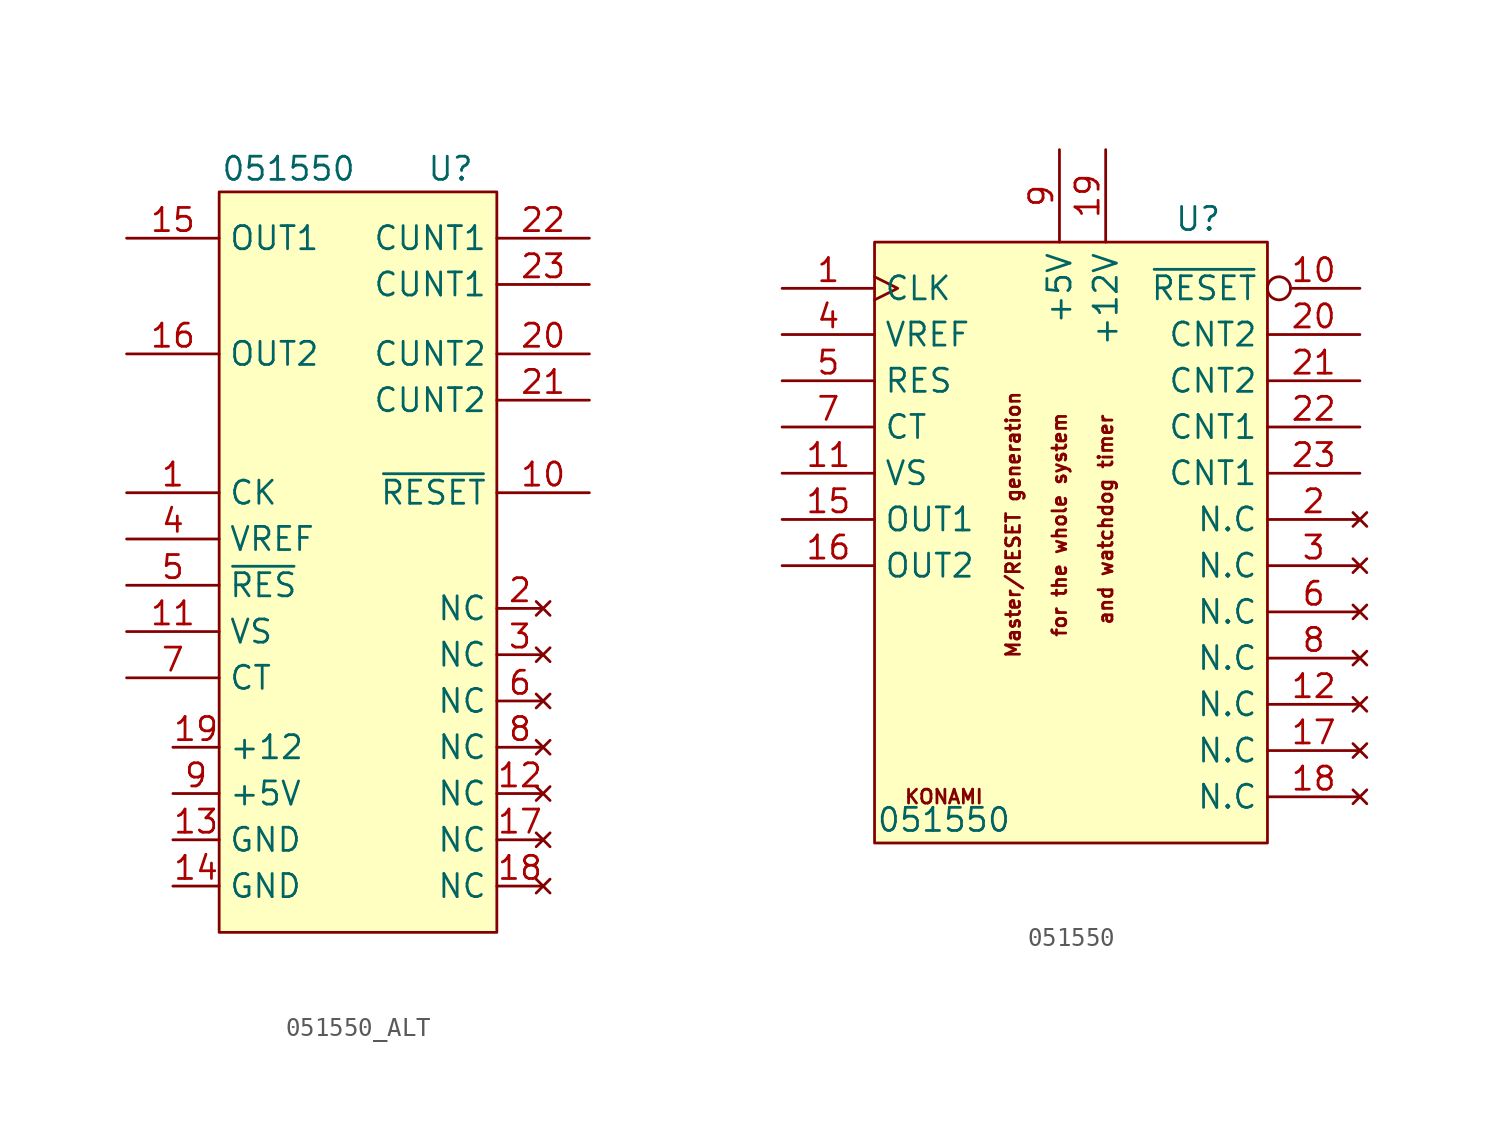
<source format=kicad_sym>
(kicad_symbol_lib
  (version 20231120)
  (generator "kicad_symbol_editor")
  (generator_version "8.0")
  (symbol "051550_ALT"
    (property "Reference" "U"
      (at 5.08 21.59 0)
      (effects (font (size 1.27 1.27))))
    (property "Value" "051550"
      (at -3.81 21.59 0)
      (effects (font (size 1.27 1.27))))
    (symbol "051550_ALT_0_1"
      (rectangle (start -7.62 20.32) (end 7.62 -20.32) (stroke (width 0) (type default)) (fill (type background))))
    (symbol "051550_ALT_1_1"
      (pin input line (at -12.7 3.81 0) (length 5.08) (name "CK" (effects (font (size 1.27 1.27)))) (number "1" (effects (font (size 1.27 1.27)))))
      (pin output line (at 12.7 3.81 180) (length 5.08) (name "~{RESET}" (effects (font (size 1.27 1.27)))) (number "10" (effects (font (size 1.27 1.27)))))
      (pin input line (at -12.7 -3.81 0) (length 5.08) (name "VS" (effects (font (size 1.27 1.27)))) (number "11" (effects (font (size 1.27 1.27)))))
      (pin no_connect line (at 10.16 -12.7 180) (length 2.54) (name "NC" (effects (font (size 1.27 1.27)))) (number "12" (effects (font (size 1.27 1.27)))))
      (pin power_in line (at -10.16 -15.24 0) (length 2.54) (name "GND" (effects (font (size 1.27 1.27)))) (number "13" (effects (font (size 1.27 1.27)))))
      (pin power_in line (at -10.16 -17.78 0) (length 2.54) (name "GND" (effects (font (size 1.27 1.27)))) (number "14" (effects (font (size 1.27 1.27)))))
      (pin input line (at -12.7 17.78 0) (length 5.08) (name "OUT1" (effects (font (size 1.27 1.27)))) (number "15" (effects (font (size 1.27 1.27)))))
      (pin input line (at -12.7 11.43 0) (length 5.08) (name "OUT2" (effects (font (size 1.27 1.27)))) (number "16" (effects (font (size 1.27 1.27)))))
      (pin no_connect line (at 10.16 -15.24 180) (length 2.54) (name "NC" (effects (font (size 1.27 1.27)))) (number "17" (effects (font (size 1.27 1.27)))))
      (pin no_connect line (at 10.16 -17.78 180) (length 2.54) (name "NC" (effects (font (size 1.27 1.27)))) (number "18" (effects (font (size 1.27 1.27)))))
      (pin power_in line (at -10.16 -10.16 0) (length 2.54) (name "+12" (effects (font (size 1.27 1.27)))) (number "19" (effects (font (size 1.27 1.27)))))
      (pin no_connect line (at 10.16 -2.54 180) (length 2.54) (name "NC" (effects (font (size 1.27 1.27)))) (number "2" (effects (font (size 1.27 1.27)))))
      (pin open_collector line (at 12.7 11.43 180) (length 5.08) (name "CUNT2" (effects (font (size 1.27 1.27)))) (number "20" (effects (font (size 1.27 1.27)))))
      (pin open_collector line (at 12.7 8.89 180) (length 5.08) (name "CUNT2" (effects (font (size 1.27 1.27)))) (number "21" (effects (font (size 1.27 1.27)))))
      (pin open_collector line (at 12.7 17.78 180) (length 5.08) (name "CUNT1" (effects (font (size 1.27 1.27)))) (number "22" (effects (font (size 1.27 1.27)))))
      (pin open_collector line (at 12.7 15.24 180) (length 5.08) (name "CUNT1" (effects (font (size 1.27 1.27)))) (number "23" (effects (font (size 1.27 1.27)))))
      (pin no_connect line (at 10.16 -5.08 180) (length 2.54) (name "NC" (effects (font (size 1.27 1.27)))) (number "3" (effects (font (size 1.27 1.27)))))
      (pin input line (at -12.7 1.27 0) (length 5.08) (name "VREF" (effects (font (size 1.27 1.27)))) (number "4" (effects (font (size 1.27 1.27)))))
      (pin input line (at -12.7 -1.27 0) (length 5.08) (name "~{RES}" (effects (font (size 1.27 1.27)))) (number "5" (effects (font (size 1.27 1.27)))))
      (pin no_connect line (at 10.16 -7.62 180) (length 2.54) (name "NC" (effects (font (size 1.27 1.27)))) (number "6" (effects (font (size 1.27 1.27)))))
      (pin input line (at -12.7 -6.35 0) (length 5.08) (name "CT" (effects (font (size 1.27 1.27)))) (number "7" (effects (font (size 1.27 1.27)))))
      (pin no_connect line (at 10.16 -10.16 180) (length 2.54) (name "NC" (effects (font (size 1.27 1.27)))) (number "8" (effects (font (size 1.27 1.27)))))
      (pin power_in line (at -10.16 -12.7 0) (length 2.54) (name "+5V" (effects (font (size 1.27 1.27)))) (number "9" (effects (font (size 1.27 1.27)))))))
  (symbol "051550"
    (property "Reference" "U"
      (at 6.35 17.78 0)
      (effects (font (size 1.27 1.27))))
    (property "Value" "051550"
      (at -7.62 -15.24 0)
      (effects (font (size 1.27 1.27))))
    (symbol "051550_0_0"
      (text "and watchdog timer" (at 1.27 1.27 900) (effects (font (size 0.762 0.762))))
      (text "for the whole system " (at -1.27 1.27 900) (effects (font (size 0.762 0.762))))
      (text "KONAMI" (at -7.62 -13.97 0) (effects (font (size 0.762 0.762))))
      (text "Master/RESET generation " (at -3.81 1.27 900) (effects (font (size 0.762 0.762)))))
    (symbol "051550_0_1"
      (rectangle (start -11.43 16.51) (end 10.16 -16.51) (stroke (width 0.152) (type default)) (fill (type background))))
    (symbol "051550_1_1"
      (pin input clock (at -16.51 13.97 0) (length 5.08) (name "CLK" (effects (font (size 1.27 1.27)))) (number "1" (effects (font (size 1.27 1.27)))))
      (pin output inverted (at 15.24 13.97 180) (length 5.08) (name "~{RESET}" (effects (font (size 1.27 1.27)))) (number "10" (effects (font (size 1.27 1.27)))))
      (pin input line (at -16.51 3.81 0) (length 5.08) (name "VS" (effects (font (size 1.27 1.27)))) (number "11" (effects (font (size 1.27 1.27)))))
      (pin no_connect line (at 15.24 -8.89 180) (length 5.08) (name "N.C" (effects (font (size 1.27 1.27)))) (number "12" (effects (font (size 1.27 1.27)))))
      (pin power_in line (at 1.27 -16.51 90) (length 5.08) hide (name "VSS" (effects (font (size 1.27 1.27)))) (number "13" (effects (font (size 1.27 1.27)))))
      (pin power_in line (at -1.27 -16.51 90) (length 5.08) hide (name "VSS" (effects (font (size 1.27 1.27)))) (number "14" (effects (font (size 1.27 1.27)))))
      (pin input line (at -16.51 1.27 0) (length 5.08) (name "OUT1" (effects (font (size 1.27 1.27)))) (number "15" (effects (font (size 1.27 1.27)))))
      (pin input line (at -16.51 -1.27 0) (length 5.08) (name "OUT2" (effects (font (size 1.27 1.27)))) (number "16" (effects (font (size 1.27 1.27)))))
      (pin no_connect line (at 15.24 -11.43 180) (length 5.08) (name "N.C" (effects (font (size 1.27 1.27)))) (number "17" (effects (font (size 1.27 1.27)))))
      (pin no_connect line (at 15.24 -13.97 180) (length 5.08) (name "N.C" (effects (font (size 1.27 1.27)))) (number "18" (effects (font (size 1.27 1.27)))))
      (pin power_in line (at 1.27 21.59 270) (length 5.08) (name "+12V" (effects (font (size 1.27 1.27)))) (number "19" (effects (font (size 1.27 1.27)))))
      (pin no_connect line (at 15.24 1.27 180) (length 5.08) (name "N.C" (effects (font (size 1.27 1.27)))) (number "2" (effects (font (size 1.27 1.27)))))
      (pin tri_state line (at 15.24 11.43 180) (length 5.08) (name "CNT2" (effects (font (size 1.27 1.27)))) (number "20" (effects (font (size 1.27 1.27)))))
      (pin tri_state line (at 15.24 8.89 180) (length 5.08) (name "CNT2" (effects (font (size 1.27 1.27)))) (number "21" (effects (font (size 1.27 1.27)))))
      (pin tri_state line (at 15.24 6.35 180) (length 5.08) (name "CNT1" (effects (font (size 1.27 1.27)))) (number "22" (effects (font (size 1.27 1.27)))))
      (pin tri_state line (at 15.24 3.81 180) (length 5.08) (name "CNT1" (effects (font (size 1.27 1.27)))) (number "23" (effects (font (size 1.27 1.27)))))
      (pin no_connect line (at 15.24 -1.27 180) (length 5.08) (name "N.C" (effects (font (size 1.27 1.27)))) (number "3" (effects (font (size 1.27 1.27)))))
      (pin input line (at -16.51 11.43 0) (length 5.08) (name "VREF" (effects (font (size 1.27 1.27)))) (number "4" (effects (font (size 1.27 1.27)))))
      (pin input line (at -16.51 8.89 0) (length 5.08) (name "RES" (effects (font (size 1.27 1.27)))) (number "5" (effects (font (size 1.27 1.27)))))
      (pin no_connect line (at 15.24 -3.81 180) (length 5.08) (name "N.C" (effects (font (size 1.27 1.27)))) (number "6" (effects (font (size 1.27 1.27)))))
      (pin input line (at -16.51 6.35 0) (length 5.08) (name "CT" (effects (font (size 1.27 1.27)))) (number "7" (effects (font (size 1.27 1.27)))))
      (pin no_connect line (at 15.24 -6.35 180) (length 5.08) (name "N.C" (effects (font (size 1.27 1.27)))) (number "8" (effects (font (size 1.27 1.27)))))
      (pin power_in line (at -1.27 21.59 270) (length 5.08) (name "+5V" (effects (font (size 1.27 1.27)))) (number "9" (effects (font (size 1.27 1.27))))))))
</source>
